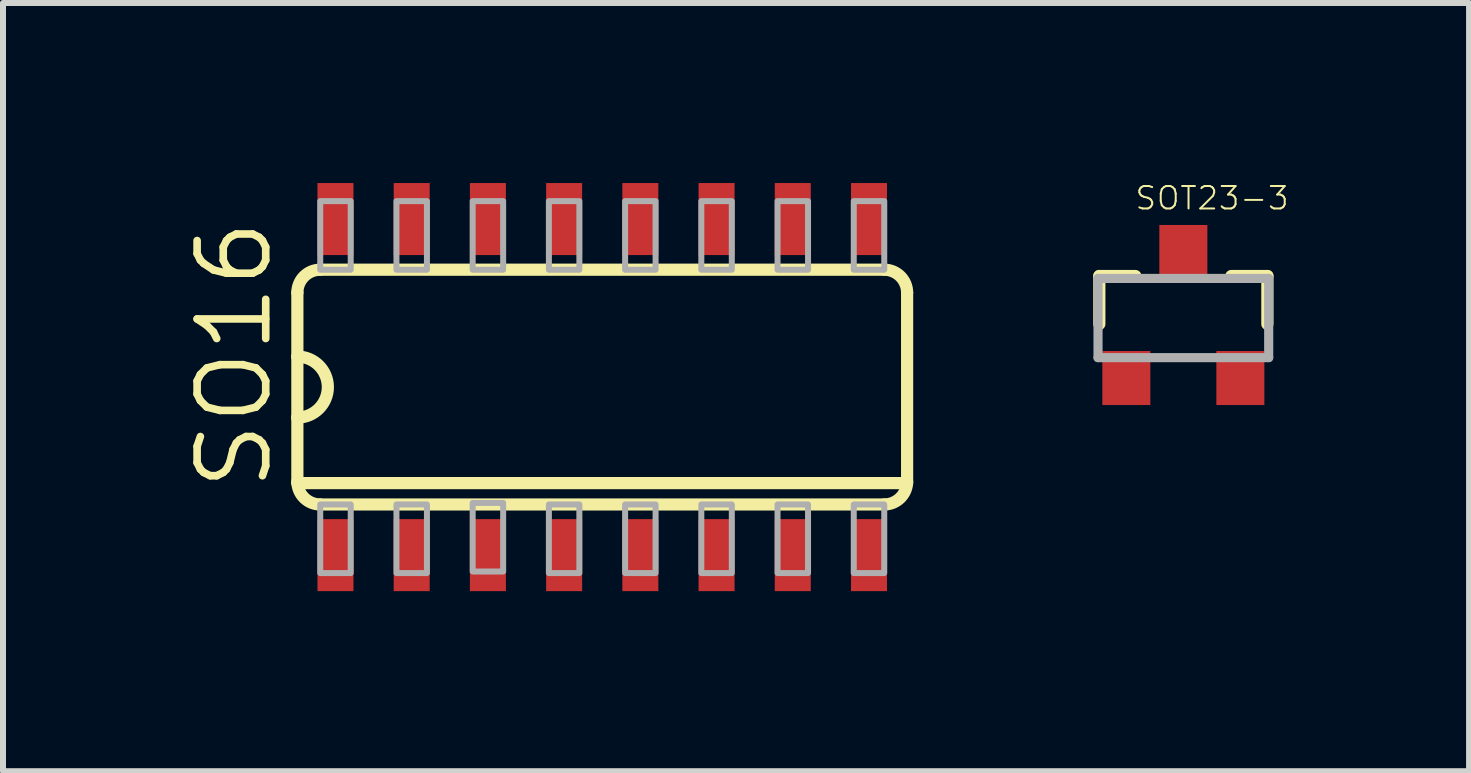
<source format=kicad_pcb>
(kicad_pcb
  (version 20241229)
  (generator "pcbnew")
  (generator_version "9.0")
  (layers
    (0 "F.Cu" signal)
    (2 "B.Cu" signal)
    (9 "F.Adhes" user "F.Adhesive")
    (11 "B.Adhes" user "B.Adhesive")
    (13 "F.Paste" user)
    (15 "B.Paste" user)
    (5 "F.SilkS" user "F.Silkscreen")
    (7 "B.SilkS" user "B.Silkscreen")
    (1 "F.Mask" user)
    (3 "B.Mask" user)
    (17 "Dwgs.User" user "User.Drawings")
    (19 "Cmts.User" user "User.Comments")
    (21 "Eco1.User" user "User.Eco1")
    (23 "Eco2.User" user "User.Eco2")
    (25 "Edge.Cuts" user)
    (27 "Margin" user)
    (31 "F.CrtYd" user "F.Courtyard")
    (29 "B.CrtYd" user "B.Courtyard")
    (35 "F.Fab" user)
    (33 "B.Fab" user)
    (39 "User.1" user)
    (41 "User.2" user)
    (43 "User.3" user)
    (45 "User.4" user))
  (footprint "SOT23-3"
    (layer "F.Cu")
    (at 16.668 2.249)
    (property "Reference" "SOT23-3" (at -0.826 -1.778 0) (layer "F.SilkS") (effects (font (size 0.374 0.374) (thickness 0.033)) (justify left bottom)))
    (fp_line (start -1.4 -0.7) (end -1.4 0.1) (stroke (width 0.203) (type solid)) (layer "F.SilkS"))
    (fp_line (start -0.8 -0.7) (end -1.4 -0.7) (stroke (width 0.203) (type solid)) (layer "F.SilkS"))
    (fp_line (start 0.8 -0.7) (end 1.4 -0.7) (stroke (width 0.203) (type solid)) (layer "F.SilkS"))
    (fp_line (start 1.4 -0.7) (end 1.4 0.1) (stroke (width 0.203) (type solid)) (layer "F.SilkS"))
    (fp_line (start -1.422 -0.66) (end 1.422 -0.66) (stroke (width 0.152) (type solid)) (layer "F.Fab"))
    (fp_line (start -1.422 0.66) (end -1.422 -0.66) (stroke (width 0.152) (type solid)) (layer "F.Fab"))
    (fp_line (start 1.422 -0.66) (end 1.422 0.66) (stroke (width 0.152) (type solid)) (layer "F.Fab"))
    (fp_line (start 1.422 0.66) (end -1.422 0.66) (stroke (width 0.152) (type solid)) (layer "F.Fab"))
    (pad "1" smd rect (at -0.95 1) (size 0.8 0.9) (layers "F.Cu" "F.Mask" "F.Paste"))
    (pad "2" smd rect (at 0.95 1) (size 0.8 0.9) (layers "F.Cu" "F.Mask" "F.Paste"))
    (pad "3" smd rect (at 0 -1.1) (size 0.8 0.9) (layers "F.Cu" "F.Mask" "F.Paste")))
  (footprint "SO16"
    (layer "F.Cu")
    (at 6.985 3.4)
    (property "Reference" "SO16" (at -5.461 1.778 90) (layer "F.SilkS") (effects (font (size 1.143 1.143) (thickness 0.127)) (justify left bottom)))
    (fp_line (start -5.08 -1.575) (end -5.08 -0.508) (stroke (width 0.203) (type solid)) (layer "F.SilkS"))
    (fp_line (start -5.08 -0.508) (end -5.08 0.508) (stroke (width 0.203) (type solid)) (layer "F.SilkS"))
    (fp_line (start -5.08 0.508) (end -5.08 1.575) (stroke (width 0.203) (type solid)) (layer "F.SilkS"))
    (fp_line (start -5.08 1.6) (end 5.08 1.6) (stroke (width 0.203) (type solid)) (layer "F.SilkS"))
    (fp_line (start -4.699 1.956) (end 4.699 1.956) (stroke (width 0.203) (type solid)) (layer "F.SilkS"))
    (fp_line (start 4.699 -1.956) (end -4.699 -1.956) (stroke (width 0.203) (type solid)) (layer "F.SilkS"))
    (fp_line (start 5.08 1.575) (end 5.08 -1.575) (stroke (width 0.203) (type solid)) (layer "F.SilkS"))
    (fp_arc (start -5.08 -1.5748) (mid -4.968408 -1.844208) (end -4.699 -1.9558) (stroke (width 0.2032) (type solid)) (layer "F.SilkS"))
    (fp_arc (start -5.08 -0.508) (mid -4.572 0) (end -5.08 0.508) (stroke (width 0.2032) (type solid)) (layer "F.SilkS"))
    (fp_arc (start -4.699 1.9558) (mid -4.968408 1.844208) (end -5.08 1.5748) (stroke (width 0.2032) (type solid)) (layer "F.SilkS"))
    (fp_arc (start 4.699 -1.9558) (mid 4.968408 -1.844208) (end 5.08 -1.5748) (stroke (width 0.2032) (type solid)) (layer "F.SilkS"))
    (fp_arc (start 5.08 1.5748) (mid 4.968408 1.844208) (end 4.699 1.9558) (stroke (width 0.2032) (type solid)) (layer "F.SilkS"))
    (fp_poly (pts (xy -4.699 -1.956) (xy -4.191 -1.956) (xy -4.191 -3.099) (xy -4.699 -3.099)) (stroke (width 0.1) (type solid)) (fill no) (layer "F.Fab"))
    (fp_poly (pts (xy -4.699 3.099) (xy -4.191 3.099) (xy -4.191 1.956) (xy -4.699 1.956)) (stroke (width 0.1) (type solid)) (fill no) (layer "F.Fab"))
    (fp_poly (pts (xy -3.429 -1.956) (xy -2.921 -1.956) (xy -2.921 -3.099) (xy -3.429 -3.099)) (stroke (width 0.1) (type solid)) (fill no) (layer "F.Fab"))
    (fp_poly (pts (xy -3.429 3.099) (xy -2.921 3.099) (xy -2.921 1.956) (xy -3.429 1.956)) (stroke (width 0.1) (type solid)) (fill no) (layer "F.Fab"))
    (fp_poly (pts (xy -2.159 -1.956) (xy -1.651 -1.956) (xy -1.651 -3.099) (xy -2.159 -3.099)) (stroke (width 0.1) (type solid)) (fill no) (layer "F.Fab"))
    (fp_poly (pts (xy -2.159 3.073) (xy -1.651 3.073) (xy -1.651 1.93) (xy -2.159 1.93)) (stroke (width 0.1) (type solid)) (fill no) (layer "F.Fab"))
    (fp_poly (pts (xy -0.889 -1.956) (xy -0.381 -1.956) (xy -0.381 -3.099) (xy -0.889 -3.099)) (stroke (width 0.1) (type solid)) (fill no) (layer "F.Fab"))
    (fp_poly (pts (xy -0.889 3.099) (xy -0.381 3.099) (xy -0.381 1.956) (xy -0.889 1.956)) (stroke (width 0.1) (type solid)) (fill no) (layer "F.Fab"))
    (fp_poly (pts (xy 0.381 -1.956) (xy 0.889 -1.956) (xy 0.889 -3.099) (xy 0.381 -3.099)) (stroke (width 0.1) (type solid)) (fill no) (layer "F.Fab"))
    (fp_poly (pts (xy 0.381 3.099) (xy 0.889 3.099) (xy 0.889 1.956) (xy 0.381 1.956)) (stroke (width 0.1) (type solid)) (fill no) (layer "F.Fab"))
    (fp_poly (pts (xy 1.651 -1.956) (xy 2.159 -1.956) (xy 2.159 -3.099) (xy 1.651 -3.099)) (stroke (width 0.1) (type solid)) (fill no) (layer "F.Fab"))
    (fp_poly (pts (xy 1.651 3.099) (xy 2.159 3.099) (xy 2.159 1.956) (xy 1.651 1.956)) (stroke (width 0.1) (type solid)) (fill no) (layer "F.Fab"))
    (fp_poly (pts (xy 2.921 -1.956) (xy 3.429 -1.956) (xy 3.429 -3.099) (xy 2.921 -3.099)) (stroke (width 0.1) (type solid)) (fill no) (layer "F.Fab"))
    (fp_poly (pts (xy 2.921 3.099) (xy 3.429 3.099) (xy 3.429 1.956) (xy 2.921 1.956)) (stroke (width 0.1) (type solid)) (fill no) (layer "F.Fab"))
    (fp_poly (pts (xy 4.191 -1.956) (xy 4.699 -1.956) (xy 4.699 -3.099) (xy 4.191 -3.099)) (stroke (width 0.1) (type solid)) (fill no) (layer "F.Fab"))
    (fp_poly (pts (xy 4.191 3.099) (xy 4.699 3.099) (xy 4.699 1.956) (xy 4.191 1.956)) (stroke (width 0.1) (type solid)) (fill no) (layer "F.Fab"))
    (pad "1" smd rect (at -4.445 2.8) (size 0.6 1.2) (layers "F.Cu" "F.Mask" "F.Paste"))
    (pad "2" smd rect (at -3.175 2.8) (size 0.6 1.2) (layers "F.Cu" "F.Mask" "F.Paste"))
    (pad "3" smd rect (at -1.905 2.8) (size 0.6 1.2) (layers "F.Cu" "F.Mask" "F.Paste"))
    (pad "4" smd rect (at -0.635 2.8) (size 0.6 1.2) (layers "F.Cu" "F.Mask" "F.Paste"))
    (pad "5" smd rect (at 0.635 2.8) (size 0.6 1.2) (layers "F.Cu" "F.Mask" "F.Paste"))
    (pad "6" smd rect (at 1.905 2.8) (size 0.6 1.2) (layers "F.Cu" "F.Mask" "F.Paste"))
    (pad "7" smd rect (at 3.175 2.8) (size 0.6 1.2) (layers "F.Cu" "F.Mask" "F.Paste"))
    (pad "8" smd rect (at 4.445 2.8) (size 0.6 1.2) (layers "F.Cu" "F.Mask" "F.Paste"))
    (pad "9" smd rect (at 4.445 -2.8) (size 0.6 1.2) (layers "F.Cu" "F.Mask" "F.Paste"))
    (pad "10" smd rect (at 3.175 -2.8) (size 0.6 1.2) (layers "F.Cu" "F.Mask" "F.Paste"))
    (pad "11" smd rect (at 1.905 -2.8) (size 0.6 1.2) (layers "F.Cu" "F.Mask" "F.Paste"))
    (pad "12" smd rect (at 0.635 -2.8) (size 0.6 1.2) (layers "F.Cu" "F.Mask" "F.Paste"))
    (pad "13" smd rect (at -0.635 -2.8) (size 0.6 1.2) (layers "F.Cu" "F.Mask" "F.Paste"))
    (pad "14" smd rect (at -1.905 -2.8) (size 0.6 1.2) (layers "F.Cu" "F.Mask" "F.Paste"))
    (pad "15" smd rect (at -3.175 -2.8) (size 0.6 1.2) (layers "F.Cu" "F.Mask" "F.Paste"))
    (pad "16" smd rect (at -4.445 -2.8) (size 0.6 1.2) (layers "F.Cu" "F.Mask" "F.Paste")))
  (gr_rect
    (start -3 -3)
    (end 21.429 9.8)
    (stroke (width 0.1) (type default))
    (fill no)
    (layer "Edge.Cuts")))
</source>
